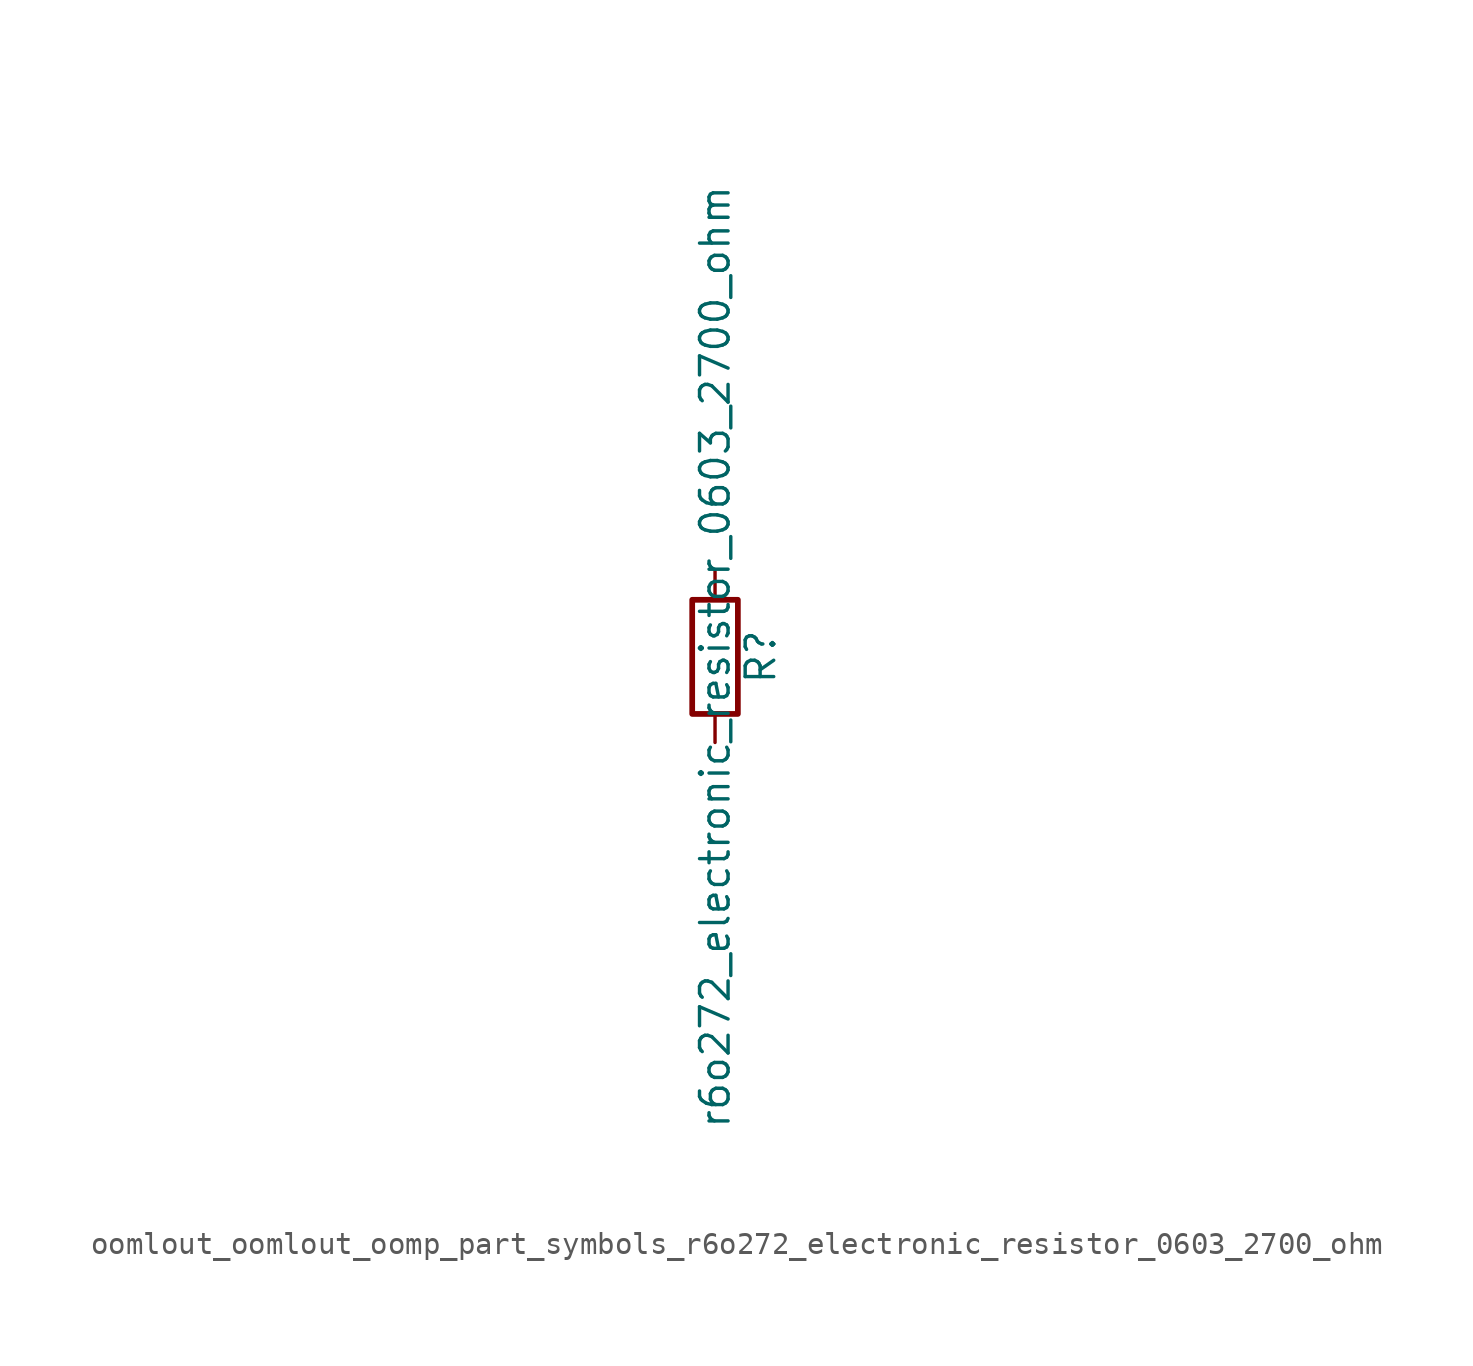
<source format=kicad_sym>
(kicad_symbol_lib
  (version 20220914)
  (generator kicad_symbol_editor)
  (symbol "oomlout_oomlout_oomp_part_symbols_r6o272_electronic_resistor_0603_2700_ohm"
    (pin_numbers hide)
    (pin_names
      (offset 0))
    (property "Reference" "R"
      (at 2.032 0 90)
      (effects (font (size 1.27 1.27))))
    (property "Value" "r6o272_electronic_resistor_0603_2700_ohm"
      (at 0 0 90)
      (effects (font (size 1.27 1.27))))
    (symbol "oomlout_oomlout_oomp_part_symbols_r6o272_electronic_resistor_0603_2700_ohm_0_1"
      (rectangle (start -1.016 -2.54) (end 1.016 2.54) (stroke (width 0.254) (type default)) (fill (type none))))
    (symbol "oomlout_oomlout_oomp_part_symbols_r6o272_electronic_resistor_0603_2700_ohm_1_1"
      (pin passive line (at 0 3.81 270) (length 1.27) (name "~" (effects (font (size 1.27 1.27)))) (number "1" (effects (font (size 1.27 1.27)))))
      (pin passive line (at 0 -3.81 90) (length 1.27) (name "~" (effects (font (size 1.27 1.27)))) (number "2" (effects (font (size 1.27 1.27))))))))
</source>
